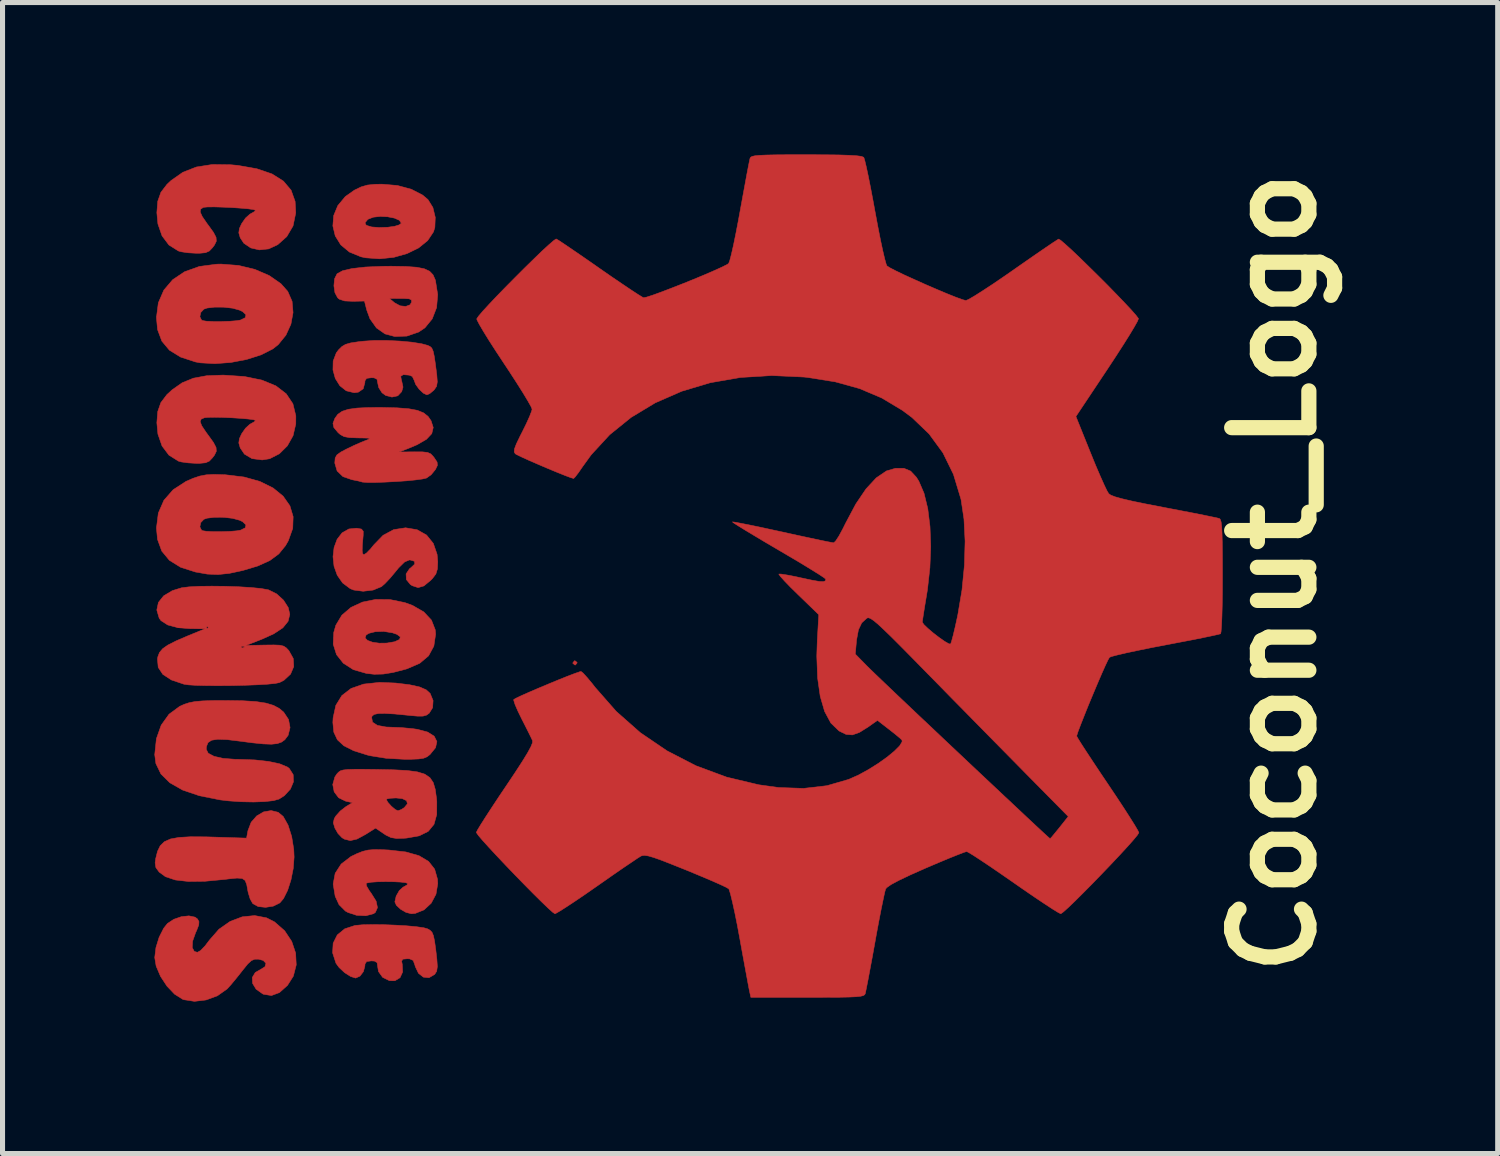
<source format=kicad_pcb>
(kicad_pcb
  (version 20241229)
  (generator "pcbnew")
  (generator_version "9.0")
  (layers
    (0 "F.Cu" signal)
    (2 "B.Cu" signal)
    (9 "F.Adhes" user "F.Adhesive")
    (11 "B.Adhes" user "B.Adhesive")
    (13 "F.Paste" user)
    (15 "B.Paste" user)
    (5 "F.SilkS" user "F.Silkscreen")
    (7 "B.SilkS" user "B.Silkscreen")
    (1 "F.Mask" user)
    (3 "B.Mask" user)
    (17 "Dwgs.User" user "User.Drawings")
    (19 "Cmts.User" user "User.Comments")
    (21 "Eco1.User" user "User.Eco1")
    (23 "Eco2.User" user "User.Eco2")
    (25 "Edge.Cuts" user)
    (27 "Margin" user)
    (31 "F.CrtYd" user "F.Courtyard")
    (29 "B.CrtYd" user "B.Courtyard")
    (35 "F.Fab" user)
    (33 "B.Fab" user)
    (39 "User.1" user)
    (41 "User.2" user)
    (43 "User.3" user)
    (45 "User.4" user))
  (footprint "Coconut_Logo"
    (layer "F.Cu")
    (at 12.959 8.26)
    (property "Reference" "Coconut_Logo" (at 9.144 0 90) (layer "F.SilkS") (effects (font (size 1.524 1.524) (thickness 0.3))))
    (attr through_hole)
    (fp_poly (pts (xy -4.616 1.768) (xy -4.614 1.778) (xy -4.647 1.819) (xy -4.657 1.82) (xy -4.698 1.788) (xy -4.699 1.778) (xy -4.667 1.737) (xy -4.657 1.736) (xy -4.616 1.768)) (stroke (width 0.01) (type solid)) (fill yes) (layer "F.Cu"))
    (fp_poly (pts (xy -8.308 0.528) (xy -8.015 0.588) (xy -7.863 0.644) (xy -7.641 0.772) (xy -7.49 0.934) (xy -7.416 1.123) (xy -7.408 1.211) (xy -7.443 1.447) (xy -7.547 1.639) (xy -7.723 1.787) (xy -7.973 1.895) (xy -8 1.903) (xy -8.246 1.967) (xy -8.444 1.999) (xy -8.621 2.003) (xy -8.774 1.986) (xy -9.032 1.912) (xy -9.23 1.785) (xy -9.365 1.615) (xy -9.43 1.409) (xy -9.424 1.286) (xy -8.8 1.286) (xy -8.753 1.334) (xy -8.654 1.37) (xy -8.521 1.389) (xy -8.371 1.387) (xy -8.22 1.361) (xy -8.216 1.36) (xy -8.12 1.316) (xy -8.105 1.265) (xy -8.171 1.215) (xy -8.261 1.184) (xy -8.431 1.157) (xy -8.597 1.162) (xy -8.729 1.195) (xy -8.781 1.229) (xy -8.8 1.286) (xy -9.424 1.286) (xy -9.419 1.176) (xy -9.378 1.034) (xy -9.259 0.836) (xy -9.08 0.683) (xy -8.853 0.578) (xy -8.591 0.525) (xy -8.308 0.528)) (stroke (width 0.01) (type solid)) (fill yes) (layer "F.Cu"))
    (fp_poly (pts (xy -8.002 -6.049) (xy -7.787 -6.034) (xy -7.633 -6.004) (xy -7.527 -5.955) (xy -7.459 -5.884) (xy -7.416 -5.787) (xy -7.411 -5.771) (xy -7.367 -5.493) (xy -7.389 -5.236) (xy -7.475 -5.014) (xy -7.619 -4.838) (xy -7.743 -4.754) (xy -7.976 -4.674) (xy -8.215 -4.666) (xy -8.407 -4.717) (xy -8.576 -4.835) (xy -8.705 -5.017) (xy -8.768 -5.188) (xy -8.813 -5.366) (xy -9.04 -5.361) (xy -9.203 -5.368) (xy -9.307 -5.402) (xy -9.325 -5.416) (xy -8.319 -5.416) (xy -8.216 -5.33) (xy -8.108 -5.272) (xy -7.998 -5.26) (xy -7.913 -5.292) (xy -7.882 -5.345) (xy -7.886 -5.388) (xy -7.93 -5.41) (xy -8.034 -5.417) (xy -8.093 -5.417) (xy -8.319 -5.416) (xy -9.325 -5.416) (xy -9.342 -5.43) (xy -9.396 -5.531) (xy -9.416 -5.668) (xy -9.403 -5.806) (xy -9.354 -5.904) (xy -9.354 -5.904) (xy -9.246 -5.964) (xy -9.058 -6.008) (xy -8.791 -6.038) (xy -8.449 -6.052) (xy -8.29 -6.054) (xy -8.002 -6.049)) (stroke (width 0.01) (type solid)) (fill yes) (layer "F.Cu"))
    (fp_poly (pts (xy -10.517 4.728) (xy -10.417 4.811) (xy -10.322 4.98) (xy -10.25 5.206) (xy -10.209 5.461) (xy -10.202 5.612) (xy -10.219 5.837) (xy -10.264 6.063) (xy -10.33 6.269) (xy -10.411 6.431) (xy -10.484 6.517) (xy -10.613 6.581) (xy -10.766 6.605) (xy -10.912 6.589) (xy -11.017 6.531) (xy -11.019 6.529) (xy -11.07 6.439) (xy -11.109 6.311) (xy -11.115 6.281) (xy -11.138 6.152) (xy -11.17 6.073) (xy -11.228 6.034) (xy -11.329 6.027) (xy -11.491 6.043) (xy -11.56 6.052) (xy -11.962 6.09) (xy -12.29 6.094) (xy -12.549 6.064) (xy -12.743 5.999) (xy -12.867 5.908) (xy -12.931 5.82) (xy -12.946 5.725) (xy -12.935 5.643) (xy -12.899 5.499) (xy -12.846 5.389) (xy -12.764 5.309) (xy -12.643 5.255) (xy -12.474 5.224) (xy -12.244 5.211) (xy -11.945 5.213) (xy -11.807 5.217) (xy -11.141 5.238) (xy -11.113 5.089) (xy -11.05 4.925) (xy -10.941 4.8) (xy -10.804 4.72) (xy -10.656 4.694) (xy -10.517 4.728)) (stroke (width 0.01) (type solid)) (fill yes) (layer "F.Cu"))
    (fp_poly (pts (xy -8.164 -7.648) (xy -7.889 -7.574) (xy -7.664 -7.458) (xy -7.559 -7.369) (xy -7.462 -7.213) (xy -7.415 -7.019) (xy -7.423 -6.821) (xy -7.45 -6.732) (xy -7.565 -6.56) (xy -7.744 -6.415) (xy -7.973 -6.303) (xy -8.234 -6.229) (xy -8.512 -6.2) (xy -8.789 -6.22) (xy -8.882 -6.24) (xy -9.111 -6.334) (xy -9.281 -6.476) (xy -9.39 -6.652) (xy -9.437 -6.849) (xy -9.432 -6.911) (xy -8.802 -6.911) (xy -8.785 -6.872) (xy -8.763 -6.857) (xy -8.67 -6.829) (xy -8.524 -6.818) (xy -8.355 -6.823) (xy -8.218 -6.842) (xy -8.127 -6.87) (xy -8.086 -6.902) (xy -8.086 -6.904) (xy -8.124 -6.961) (xy -8.222 -7.004) (xy -8.356 -7.03) (xy -8.502 -7.037) (xy -8.637 -7.022) (xy -8.737 -6.984) (xy -8.754 -6.97) (xy -8.802 -6.911) (xy -9.432 -6.911) (xy -9.421 -7.053) (xy -9.339 -7.251) (xy -9.191 -7.429) (xy -9.013 -7.555) (xy -8.879 -7.62) (xy -8.755 -7.656) (xy -8.606 -7.671) (xy -8.472 -7.674) (xy -8.164 -7.648)) (stroke (width 0.01) (type solid)) (fill yes) (layer "F.Cu"))
    (fp_poly (pts (xy -11.298 -6.069) (xy -10.976 -5.991) (xy -10.693 -5.869) (xy -10.463 -5.709) (xy -10.328 -5.557) (xy -10.242 -5.361) (xy -10.223 -5.138) (xy -10.265 -4.909) (xy -10.364 -4.692) (xy -10.515 -4.506) (xy -10.621 -4.422) (xy -10.853 -4.304) (xy -11.139 -4.213) (xy -11.453 -4.153) (xy -11.766 -4.13) (xy -12.052 -4.146) (xy -12.15 -4.164) (xy -12.443 -4.26) (xy -12.663 -4.395) (xy -12.813 -4.574) (xy -12.898 -4.801) (xy -12.92 -5.039) (xy -12.918 -5.056) (xy -12.063 -5.056) (xy -12.029 -4.99) (xy -12.012 -4.981) (xy -11.935 -4.968) (xy -11.8 -4.962) (xy -11.638 -4.962) (xy -11.473 -4.967) (xy -11.336 -4.978) (xy -11.264 -4.99) (xy -11.167 -5.037) (xy -11.153 -5.096) (xy -11.219 -5.158) (xy -11.277 -5.186) (xy -11.417 -5.225) (xy -11.593 -5.245) (xy -11.771 -5.246) (xy -11.92 -5.228) (xy -11.983 -5.206) (xy -12.046 -5.139) (xy -12.063 -5.056) (xy -12.918 -5.056) (xy -12.883 -5.33) (xy -12.774 -5.582) (xy -12.599 -5.788) (xy -12.364 -5.945) (xy -12.073 -6.049) (xy -11.732 -6.094) (xy -11.645 -6.096) (xy -11.298 -6.069)) (stroke (width 0.01) (type solid)) (fill yes) (layer "F.Cu"))
    (fp_poly (pts (xy -8.197 2.176) (xy -7.925 2.209) (xy -7.728 2.252) (xy -7.595 2.309) (xy -7.516 2.381) (xy -7.458 2.522) (xy -7.467 2.663) (xy -7.535 2.772) (xy -7.588 2.81) (xy -7.656 2.829) (xy -7.761 2.83) (xy -7.925 2.816) (xy -7.947 2.813) (xy -8.214 2.787) (xy -8.409 2.776) (xy -8.541 2.778) (xy -8.622 2.796) (xy -8.663 2.83) (xy -8.671 2.855) (xy -8.654 2.949) (xy -8.558 3.012) (xy -8.387 3.044) (xy -8.279 3.048) (xy -8.081 3.056) (xy -7.867 3.076) (xy -7.768 3.09) (xy -7.565 3.144) (xy -7.436 3.226) (xy -7.383 3.331) (xy -7.409 3.452) (xy -7.517 3.585) (xy -7.52 3.588) (xy -7.577 3.632) (xy -7.644 3.66) (xy -7.74 3.675) (xy -7.886 3.681) (xy -8.035 3.681) (xy -8.383 3.662) (xy -8.695 3.612) (xy -8.754 3.598) (xy -9.025 3.513) (xy -9.22 3.415) (xy -9.348 3.296) (xy -9.418 3.146) (xy -9.437 2.955) (xy -9.432 2.863) (xy -9.378 2.616) (xy -9.259 2.423) (xy -9.077 2.283) (xy -8.83 2.197) (xy -8.517 2.163) (xy -8.197 2.176)) (stroke (width 0.01) (type solid)) (fill yes) (layer "F.Cu"))
    (fp_poly (pts (xy -8.452 5.467) (xy -8.33 5.473) (xy -7.996 5.511) (xy -7.736 5.585) (xy -7.547 5.698) (xy -7.427 5.851) (xy -7.371 6.048) (xy -7.366 6.138) (xy -7.401 6.346) (xy -7.495 6.523) (xy -7.636 6.654) (xy -7.809 6.724) (xy -7.887 6.731) (xy -7.991 6.705) (xy -8.099 6.643) (xy -8.183 6.564) (xy -8.213 6.497) (xy -8.187 6.383) (xy -8.125 6.273) (xy -8.048 6.204) (xy -8.037 6.2) (xy -7.972 6.162) (xy -7.959 6.135) (xy -7.997 6.118) (xy -8.098 6.106) (xy -8.239 6.099) (xy -8.399 6.097) (xy -8.554 6.1) (xy -8.684 6.109) (xy -8.765 6.124) (xy -8.781 6.133) (xy -8.771 6.185) (xy -8.718 6.275) (xy -8.678 6.33) (xy -8.583 6.482) (xy -8.556 6.61) (xy -8.597 6.704) (xy -8.633 6.73) (xy -8.786 6.771) (xy -8.968 6.762) (xy -9.139 6.706) (xy -9.189 6.678) (xy -9.315 6.552) (xy -9.391 6.387) (xy -9.431 6.145) (xy -9.391 5.932) (xy -9.273 5.75) (xy -9.079 5.601) (xy -8.965 5.546) (xy -8.849 5.5) (xy -8.742 5.474) (xy -8.619 5.464) (xy -8.452 5.467)) (stroke (width 0.01) (type solid)) (fill yes) (layer "F.Cu"))
    (fp_poly (pts (xy -7.773 -0.851) (xy -7.587 -0.746) (xy -7.453 -0.58) (xy -7.379 -0.365) (xy -7.366 -0.218) (xy -7.373 -0.075) (xy -7.403 0.023) (xy -7.471 0.113) (xy -7.51 0.152) (xy -7.64 0.259) (xy -7.754 0.292) (xy -7.87 0.254) (xy -7.907 0.23) (xy -7.986 0.133) (xy -7.991 0.021) (xy -7.923 -0.081) (xy -7.894 -0.103) (xy -7.82 -0.173) (xy -7.826 -0.228) (xy -7.908 -0.253) (xy -7.929 -0.254) (xy -8.02 -0.215) (xy -8.138 -0.099) (xy -8.2 -0.023) (xy -8.307 0.105) (xy -8.409 0.213) (xy -8.478 0.273) (xy -8.644 0.341) (xy -8.839 0.364) (xy -9.024 0.34) (xy -9.093 0.313) (xy -9.245 0.199) (xy -9.351 0.046) (xy -9.414 -0.131) (xy -9.434 -0.318) (xy -9.413 -0.5) (xy -9.353 -0.662) (xy -9.255 -0.789) (xy -9.121 -0.866) (xy -8.967 -0.881) (xy -8.872 -0.864) (xy -8.837 -0.821) (xy -8.838 -0.741) (xy -8.854 -0.557) (xy -8.858 -0.443) (xy -8.851 -0.382) (xy -8.83 -0.361) (xy -8.821 -0.36) (xy -8.772 -0.391) (xy -8.693 -0.472) (xy -8.63 -0.55) (xy -8.445 -0.741) (xy -8.236 -0.853) (xy -8.001 -0.889) (xy -7.773 -0.851)) (stroke (width 0.01) (type solid)) (fill yes) (layer "F.Cu"))
    (fp_poly (pts (xy -11.587 -1.937) (xy -11.557 -1.936) (xy -11.191 -1.892) (xy -10.877 -1.804) (xy -10.618 -1.676) (xy -10.419 -1.514) (xy -10.285 -1.323) (xy -10.221 -1.109) (xy -10.229 -0.877) (xy -10.317 -0.632) (xy -10.372 -0.536) (xy -10.504 -0.374) (xy -10.681 -0.243) (xy -10.917 -0.136) (xy -11.216 -0.046) (xy -11.482 0.011) (xy -11.705 0.034) (xy -11.916 0.025) (xy -12.149 -0.016) (xy -12.15 -0.016) (xy -12.443 -0.11) (xy -12.664 -0.247) (xy -12.815 -0.429) (xy -12.899 -0.66) (xy -12.92 -0.885) (xy -12.917 -0.907) (xy -12.063 -0.907) (xy -12.029 -0.841) (xy -12.012 -0.832) (xy -11.935 -0.82) (xy -11.8 -0.813) (xy -11.638 -0.813) (xy -11.473 -0.818) (xy -11.336 -0.829) (xy -11.264 -0.841) (xy -11.167 -0.888) (xy -11.153 -0.947) (xy -11.219 -1.01) (xy -11.277 -1.038) (xy -11.417 -1.076) (xy -11.593 -1.096) (xy -11.771 -1.097) (xy -11.92 -1.079) (xy -11.983 -1.057) (xy -12.046 -0.991) (xy -12.063 -0.907) (xy -12.917 -0.907) (xy -12.883 -1.179) (xy -12.773 -1.432) (xy -12.59 -1.641) (xy -12.336 -1.806) (xy -12.195 -1.867) (xy -12.063 -1.911) (xy -11.937 -1.935) (xy -11.788 -1.943) (xy -11.587 -1.937)) (stroke (width 0.01) (type solid)) (fill yes) (layer "F.Cu"))
    (fp_poly (pts (xy -8.44 6.947) (xy -8.207 6.956) (xy -7.983 6.969) (xy -7.788 6.987) (xy -7.641 7.008) (xy -7.57 7.028) (xy -7.518 7.057) (xy -7.48 7.096) (xy -7.452 7.162) (xy -7.429 7.269) (xy -7.406 7.433) (xy -7.384 7.624) (xy -7.374 7.773) (xy -7.387 7.866) (xy -7.426 7.928) (xy -7.429 7.93) (xy -7.538 7.994) (xy -7.65 7.983) (xy -7.747 7.906) (xy -7.811 7.771) (xy -7.818 7.742) (xy -7.851 7.653) (xy -7.92 7.622) (xy -7.969 7.62) (xy -8.055 7.628) (xy -8.079 7.667) (xy -8.067 7.729) (xy -8.059 7.881) (xy -8.111 7.994) (xy -8.211 8.054) (xy -8.319 8.053) (xy -8.454 7.987) (xy -8.536 7.872) (xy -8.551 7.783) (xy -8.563 7.697) (xy -8.614 7.666) (xy -8.678 7.662) (xy -8.769 7.674) (xy -8.802 7.722) (xy -8.805 7.765) (xy -8.834 7.874) (xy -8.902 7.963) (xy -8.987 8.001) (xy -8.988 8.001) (xy -9.086 7.97) (xy -9.205 7.894) (xy -9.313 7.794) (xy -9.375 7.709) (xy -9.442 7.503) (xy -9.431 7.312) (xy -9.35 7.15) (xy -9.203 7.029) (xy -8.999 6.962) (xy -8.996 6.962) (xy -8.854 6.949) (xy -8.662 6.945) (xy -8.44 6.947)) (stroke (width 0.01) (type solid)) (fill yes) (layer "F.Cu"))
    (fp_poly (pts (xy -8.117 -4.576) (xy -7.878 -4.554) (xy -7.68 -4.522) (xy -7.566 -4.491) (xy -7.518 -4.469) (xy -7.483 -4.436) (xy -7.457 -4.376) (xy -7.435 -4.276) (xy -7.412 -4.121) (xy -7.385 -3.909) (xy -7.375 -3.77) (xy -7.389 -3.683) (xy -7.434 -3.616) (xy -7.447 -3.602) (xy -7.525 -3.538) (xy -7.58 -3.514) (xy -7.65 -3.547) (xy -7.733 -3.625) (xy -7.802 -3.721) (xy -7.832 -3.802) (xy -7.832 -3.803) (xy -7.869 -3.878) (xy -7.929 -3.903) (xy -8.047 -3.913) (xy -8.097 -3.88) (xy -8.082 -3.799) (xy -8.077 -3.786) (xy -8.052 -3.667) (xy -8.078 -3.577) (xy -8.155 -3.495) (xy -8.27 -3.47) (xy -8.394 -3.502) (xy -8.467 -3.556) (xy -8.531 -3.657) (xy -8.551 -3.747) (xy -8.565 -3.822) (xy -8.623 -3.85) (xy -8.678 -3.852) (xy -8.77 -3.84) (xy -8.803 -3.792) (xy -8.805 -3.755) (xy -8.838 -3.633) (xy -8.934 -3.567) (xy -9.016 -3.556) (xy -9.173 -3.594) (xy -9.299 -3.694) (xy -9.389 -3.838) (xy -9.435 -4.006) (xy -9.431 -4.181) (xy -9.369 -4.343) (xy -9.324 -4.403) (xy -9.258 -4.468) (xy -9.187 -4.51) (xy -9.087 -4.539) (xy -8.936 -4.562) (xy -8.841 -4.573) (xy -8.623 -4.588) (xy -8.373 -4.588) (xy -8.117 -4.576)) (stroke (width 0.01) (type solid)) (fill yes) (layer "F.Cu"))
    (fp_poly (pts (xy -11.536 2.521) (xy -11.21 2.526) (xy -10.955 2.542) (xy -10.759 2.572) (xy -10.609 2.617) (xy -10.492 2.68) (xy -10.407 2.752) (xy -10.312 2.896) (xy -10.282 3.056) (xy -10.32 3.208) (xy -10.385 3.295) (xy -10.45 3.342) (xy -10.534 3.372) (xy -10.649 3.384) (xy -10.81 3.378) (xy -11.028 3.356) (xy -11.272 3.324) (xy -11.526 3.293) (xy -11.709 3.286) (xy -11.831 3.305) (xy -11.902 3.352) (xy -11.933 3.43) (xy -11.937 3.484) (xy -11.898 3.562) (xy -11.783 3.623) (xy -11.602 3.664) (xy -11.363 3.682) (xy -11.294 3.683) (xy -10.977 3.694) (xy -10.705 3.724) (xy -10.487 3.771) (xy -10.337 3.833) (xy -10.298 3.862) (xy -10.22 3.985) (xy -10.215 4.126) (xy -10.275 4.27) (xy -10.395 4.4) (xy -10.5 4.467) (xy -10.61 4.498) (xy -10.784 4.517) (xy -11.002 4.525) (xy -11.245 4.52) (xy -11.492 4.503) (xy -11.663 4.483) (xy -12.07 4.402) (xy -12.401 4.29) (xy -12.655 4.146) (xy -12.832 3.971) (xy -12.931 3.766) (xy -12.954 3.59) (xy -12.921 3.275) (xy -12.826 3.007) (xy -12.672 2.792) (xy -12.462 2.637) (xy -12.371 2.596) (xy -12.273 2.564) (xy -12.159 2.542) (xy -12.013 2.529) (xy -11.818 2.522) (xy -11.556 2.521) (xy -11.536 2.521)) (stroke (width 0.01) (type solid)) (fill yes) (layer "F.Cu"))
    (fp_poly (pts (xy -11.599 -3.904) (xy -11.183 -3.876) (xy -10.837 -3.805) (xy -10.561 -3.691) (xy -10.358 -3.535) (xy -10.226 -3.338) (xy -10.168 -3.1) (xy -10.169 -2.939) (xy -10.223 -2.707) (xy -10.336 -2.506) (xy -10.494 -2.35) (xy -10.684 -2.253) (xy -10.832 -2.229) (xy -11.033 -2.255) (xy -11.183 -2.344) (xy -11.266 -2.467) (xy -11.294 -2.564) (xy -11.282 -2.65) (xy -11.237 -2.747) (xy -11.161 -2.856) (xy -11.076 -2.933) (xy -11.06 -2.942) (xy -10.987 -2.983) (xy -10.964 -3.009) (xy -11.003 -3.023) (xy -11.107 -3.037) (xy -11.256 -3.05) (xy -11.429 -3.061) (xy -11.607 -3.069) (xy -11.771 -3.072) (xy -11.899 -3.07) (xy -11.971 -3.063) (xy -12.038 -3.034) (xy -12.057 -2.986) (xy -12.027 -2.905) (xy -11.944 -2.78) (xy -11.896 -2.715) (xy -11.794 -2.573) (xy -11.743 -2.475) (xy -11.738 -2.399) (xy -11.775 -2.322) (xy -11.814 -2.271) (xy -11.876 -2.206) (xy -11.95 -2.173) (xy -12.064 -2.162) (xy -12.142 -2.162) (xy -12.296 -2.171) (xy -12.431 -2.19) (xy -12.487 -2.206) (xy -12.674 -2.324) (xy -12.81 -2.505) (xy -12.891 -2.739) (xy -12.912 -2.964) (xy -12.894 -3.186) (xy -12.833 -3.361) (xy -12.715 -3.517) (xy -12.61 -3.614) (xy -12.413 -3.752) (xy -12.191 -3.843) (xy -11.927 -3.892) (xy -11.603 -3.904) (xy -11.599 -3.904)) (stroke (width 0.01) (type solid)) (fill yes) (layer "F.Cu"))
    (fp_poly (pts (xy -11.452 -8.057) (xy -11.311 -8.044) (xy -10.937 -7.978) (xy -10.638 -7.876) (xy -10.413 -7.734) (xy -10.261 -7.554) (xy -10.182 -7.333) (xy -10.17 -7.105) (xy -10.223 -6.849) (xy -10.347 -6.638) (xy -10.527 -6.478) (xy -10.704 -6.396) (xy -10.888 -6.376) (xy -11.058 -6.415) (xy -11.195 -6.508) (xy -11.266 -6.616) (xy -11.294 -6.712) (xy -11.282 -6.799) (xy -11.237 -6.896) (xy -11.161 -7.005) (xy -11.076 -7.081) (xy -11.06 -7.09) (xy -10.987 -7.131) (xy -10.964 -7.158) (xy -11.003 -7.172) (xy -11.107 -7.187) (xy -11.256 -7.2) (xy -11.431 -7.212) (xy -11.611 -7.22) (xy -11.777 -7.225) (xy -11.909 -7.224) (xy -11.988 -7.217) (xy -11.995 -7.215) (xy -12.048 -7.18) (xy -12.056 -7.124) (xy -12.016 -7.035) (xy -11.923 -6.899) (xy -11.896 -6.863) (xy -11.794 -6.722) (xy -11.743 -6.624) (xy -11.738 -6.547) (xy -11.775 -6.471) (xy -11.814 -6.419) (xy -11.876 -6.354) (xy -11.95 -6.321) (xy -12.064 -6.31) (xy -12.142 -6.31) (xy -12.296 -6.319) (xy -12.431 -6.339) (xy -12.487 -6.355) (xy -12.674 -6.473) (xy -12.81 -6.654) (xy -12.891 -6.888) (xy -12.912 -7.112) (xy -12.894 -7.337) (xy -12.832 -7.513) (xy -12.713 -7.669) (xy -12.631 -7.746) (xy -12.398 -7.909) (xy -12.131 -8.013) (xy -11.818 -8.062) (xy -11.452 -8.057)) (stroke (width 0.01) (type solid)) (fill yes) (layer "F.Cu"))
    (fp_poly (pts (xy -8.82 3.879) (xy -8.578 3.882) (xy -8.237 3.889) (xy -7.97 3.903) (xy -7.768 3.93) (xy -7.622 3.975) (xy -7.521 4.044) (xy -7.455 4.141) (xy -7.416 4.272) (xy -7.392 4.442) (xy -7.385 4.516) (xy -7.386 4.772) (xy -7.44 4.966) (xy -7.554 5.105) (xy -7.732 5.193) (xy -7.981 5.237) (xy -8.022 5.24) (xy -8.179 5.245) (xy -8.289 5.227) (xy -8.389 5.179) (xy -8.435 5.148) (xy -8.594 5.04) (xy -8.793 5.166) (xy -8.961 5.257) (xy -9.093 5.287) (xy -9.207 5.259) (xy -9.256 5.23) (xy -9.336 5.146) (xy -9.397 5.04) (xy -9.428 4.936) (xy -9.409 4.852) (xy -9.38 4.803) (xy -9.292 4.704) (xy -9.18 4.617) (xy -9.18 4.617) (xy -9.051 4.538) (xy -9.182 4.509) (xy -9.255 4.474) (xy -8.382 4.474) (xy -8.352 4.53) (xy -8.284 4.606) (xy -8.207 4.672) (xy -8.152 4.698) (xy -8.085 4.673) (xy -8.027 4.636) (xy -7.965 4.561) (xy -7.981 4.499) (xy -8.066 4.458) (xy -8.19 4.445) (xy -8.304 4.451) (xy -8.373 4.465) (xy -8.382 4.474) (xy -9.255 4.474) (xy -9.323 4.441) (xy -9.411 4.324) (xy -9.439 4.18) (xy -9.398 4.032) (xy -9.359 3.973) (xy -9.326 3.937) (xy -9.289 3.91) (xy -9.233 3.893) (xy -9.145 3.883) (xy -9.011 3.879) (xy -8.82 3.879)) (stroke (width 0.01) (type solid)) (fill yes) (layer "F.Cu"))
    (fp_poly (pts (xy -10.746 6.812) (xy -10.589 6.892) (xy -10.389 7.067) (xy -10.249 7.278) (xy -10.172 7.507) (xy -10.16 7.741) (xy -10.217 7.963) (xy -10.333 8.146) (xy -10.492 8.288) (xy -10.649 8.346) (xy -10.805 8.321) (xy -10.821 8.314) (xy -10.953 8.22) (xy -11.022 8.106) (xy -11.028 7.99) (xy -10.969 7.891) (xy -10.872 7.836) (xy -10.777 7.777) (xy -10.758 7.71) (xy -10.812 7.653) (xy -10.907 7.628) (xy -10.981 7.629) (xy -11.045 7.656) (xy -11.117 7.722) (xy -11.215 7.843) (xy -11.239 7.874) (xy -11.349 8.012) (xy -11.451 8.135) (xy -11.525 8.216) (xy -11.53 8.22) (xy -11.716 8.351) (xy -11.938 8.433) (xy -12.169 8.461) (xy -12.381 8.428) (xy -12.404 8.419) (xy -12.562 8.319) (xy -12.713 8.16) (xy -12.84 7.967) (xy -12.926 7.765) (xy -12.954 7.596) (xy -12.93 7.399) (xy -12.867 7.195) (xy -12.777 7.017) (xy -12.703 6.924) (xy -12.578 6.841) (xy -12.428 6.789) (xy -12.279 6.773) (xy -12.158 6.798) (xy -12.11 6.834) (xy -12.081 6.886) (xy -12.085 6.953) (xy -12.126 7.06) (xy -12.148 7.108) (xy -12.206 7.272) (xy -12.214 7.399) (xy -12.173 7.475) (xy -12.112 7.493) (xy -12.05 7.459) (xy -11.962 7.368) (xy -11.872 7.25) (xy -11.686 7.037) (xy -11.466 6.883) (xy -11.226 6.792) (xy -10.981 6.767) (xy -10.746 6.812)) (stroke (width 0.01) (type solid)) (fill yes) (layer "F.Cu"))
    (fp_poly (pts (xy -8.171 -3.258) (xy -7.94 -3.24) (xy -7.768 -3.208) (xy -7.645 -3.158) (xy -7.556 -3.087) (xy -7.498 -3.003) (xy -7.455 -2.869) (xy -7.484 -2.748) (xy -7.589 -2.636) (xy -7.774 -2.529) (xy -7.947 -2.456) (xy -8.13 -2.386) (xy -7.828 -2.389) (xy -7.667 -2.388) (xy -7.567 -2.377) (xy -7.503 -2.348) (xy -7.452 -2.294) (xy -7.436 -2.273) (xy -7.379 -2.187) (xy -7.373 -2.121) (xy -7.411 -2.041) (xy -7.496 -1.937) (xy -7.589 -1.871) (xy -7.666 -1.853) (xy -7.806 -1.834) (xy -7.989 -1.816) (xy -8.195 -1.802) (xy -8.405 -1.791) (xy -8.597 -1.784) (xy -8.753 -1.784) (xy -8.851 -1.791) (xy -8.869 -1.796) (xy -8.936 -1.814) (xy -9.046 -1.836) (xy -9.062 -1.839) (xy -9.238 -1.9) (xy -9.353 -2.011) (xy -9.398 -2.164) (xy -9.398 -2.181) (xy -9.391 -2.267) (xy -9.357 -2.328) (xy -9.279 -2.385) (xy -9.177 -2.439) (xy -9.024 -2.513) (xy -8.876 -2.578) (xy -8.807 -2.606) (xy -8.731 -2.635) (xy -8.709 -2.652) (xy -8.749 -2.66) (xy -8.861 -2.663) (xy -8.945 -2.664) (xy -9.108 -2.67) (xy -9.214 -2.689) (xy -9.289 -2.729) (xy -9.336 -2.771) (xy -9.417 -2.868) (xy -9.435 -2.95) (xy -9.397 -3.05) (xy -9.339 -3.13) (xy -9.254 -3.189) (xy -9.132 -3.229) (xy -8.959 -3.253) (xy -8.724 -3.264) (xy -8.475 -3.265) (xy -8.171 -3.258)) (stroke (width 0.01) (type solid)) (fill yes) (layer "F.Cu"))
    (fp_poly (pts (xy -11.561 0.266) (xy -11.297 0.275) (xy -11.053 0.29) (xy -10.852 0.31) (xy -10.712 0.335) (xy -10.703 0.338) (xy -10.547 0.416) (xy -10.411 0.54) (xy -10.318 0.686) (xy -10.287 0.819) (xy -10.321 0.958) (xy -10.425 1.086) (xy -10.605 1.205) (xy -10.842 1.312) (xy -11.155 1.434) (xy -10.781 1.426) (xy -10.601 1.424) (xy -10.484 1.429) (xy -10.409 1.447) (xy -10.356 1.482) (xy -10.305 1.537) (xy -10.219 1.691) (xy -10.209 1.851) (xy -10.272 2) (xy -10.402 2.121) (xy -10.492 2.167) (xy -10.576 2.184) (xy -10.728 2.199) (xy -10.931 2.211) (xy -11.169 2.22) (xy -11.425 2.226) (xy -11.681 2.228) (xy -11.922 2.227) (xy -12.131 2.222) (xy -12.29 2.212) (xy -12.377 2.199) (xy -12.625 2.115) (xy -12.794 2.005) (xy -12.885 1.867) (xy -12.9 1.701) (xy -12.892 1.657) (xy -12.86 1.573) (xy -12.798 1.499) (xy -12.733 1.453) (xy -11.247 1.453) (xy -11.241 1.479) (xy -11.218 1.482) (xy -11.183 1.466) (xy -11.19 1.453) (xy -11.24 1.448) (xy -11.247 1.453) (xy -12.733 1.453) (xy -12.692 1.425) (xy -12.53 1.343) (xy -12.3 1.244) (xy -12.299 1.244) (xy -11.959 1.104) (xy -12.246 1.103) (xy -12.5 1.083) (xy -12.511 1.079) (xy -11.938 1.079) (xy -11.917 1.101) (xy -11.896 1.079) (xy -11.917 1.058) (xy -11.938 1.079) (xy -12.511 1.079) (xy -12.698 1.029) (xy -12.83 0.944) (xy -12.866 0.895) (xy -12.913 0.734) (xy -12.881 0.584) (xy -12.777 0.454) (xy -12.607 0.352) (xy -12.422 0.295) (xy -12.278 0.277) (xy -12.072 0.266) (xy -11.827 0.263) (xy -11.561 0.266)) (stroke (width 0.01) (type solid)) (fill yes) (layer "F.Cu"))
    (fp_poly (pts (xy 0.269 -8.254) (xy 0.548 -8.251) (xy 0.758 -8.244) (xy 0.905 -8.235) (xy 0.997 -8.223) (xy 1.041 -8.206) (xy 1.046 -8.202) (xy 1.064 -8.147) (xy 1.094 -8.021) (xy 1.134 -7.835) (xy 1.18 -7.603) (xy 1.231 -7.335) (xy 1.268 -7.133) (xy 1.321 -6.848) (xy 1.372 -6.589) (xy 1.419 -6.368) (xy 1.459 -6.198) (xy 1.489 -6.091) (xy 1.503 -6.06) (xy 1.561 -6.023) (xy 1.681 -5.961) (xy 1.849 -5.88) (xy 2.05 -5.789) (xy 2.266 -5.692) (xy 2.484 -5.598) (xy 2.688 -5.512) (xy 2.863 -5.442) (xy 2.992 -5.395) (xy 3.061 -5.376) (xy 3.062 -5.376) (xy 3.117 -5.4) (xy 3.231 -5.466) (xy 3.392 -5.568) (xy 3.592 -5.699) (xy 3.818 -5.853) (xy 3.992 -5.974) (xy 4.23 -6.14) (xy 4.446 -6.29) (xy 4.631 -6.417) (xy 4.774 -6.514) (xy 4.865 -6.573) (xy 4.892 -6.59) (xy 4.933 -6.566) (xy 5.022 -6.49) (xy 5.151 -6.373) (xy 5.309 -6.223) (xy 5.486 -6.05) (xy 5.674 -5.865) (xy 5.862 -5.677) (xy 6.04 -5.494) (xy 6.199 -5.328) (xy 6.33 -5.188) (xy 6.422 -5.083) (xy 6.467 -5.023) (xy 6.469 -5.018) (xy 6.45 -4.968) (xy 6.389 -4.859) (xy 6.293 -4.699) (xy 6.167 -4.498) (xy 6.018 -4.267) (xy 5.858 -4.024) (xy 5.234 -3.087) (xy 5.525 -2.364) (xy 5.621 -2.128) (xy 5.712 -1.916) (xy 5.79 -1.741) (xy 5.849 -1.618) (xy 5.882 -1.563) (xy 5.925 -1.533) (xy 6.011 -1.5) (xy 6.148 -1.462) (xy 6.344 -1.416) (xy 6.606 -1.362) (xy 6.943 -1.297) (xy 6.978 -1.29) (xy 7.265 -1.235) (xy 7.526 -1.185) (xy 7.749 -1.141) (xy 7.922 -1.105) (xy 8.033 -1.081) (xy 8.068 -1.072) (xy 8.086 -1.053) (xy 8.101 -1.004) (xy 8.112 -0.916) (xy 8.119 -0.782) (xy 8.124 -0.591) (xy 8.127 -0.335) (xy 8.128 -0.005) (xy 8.128 0.066) (xy 8.127 0.364) (xy 8.123 0.635) (xy 8.117 0.865) (xy 8.109 1.044) (xy 8.1 1.161) (xy 8.091 1.203) (xy 8.04 1.217) (xy 7.918 1.244) (xy 7.736 1.282) (xy 7.506 1.328) (xy 7.239 1.379) (xy 7 1.425) (xy 6.711 1.48) (xy 6.448 1.534) (xy 6.223 1.582) (xy 6.048 1.623) (xy 5.935 1.653) (xy 5.897 1.669) (xy 5.869 1.718) (xy 5.815 1.831) (xy 5.743 1.993) (xy 5.659 2.188) (xy 5.569 2.402) (xy 5.479 2.618) (xy 5.397 2.823) (xy 5.327 3) (xy 5.276 3.135) (xy 5.251 3.213) (xy 5.249 3.223) (xy 5.272 3.266) (xy 5.336 3.37) (xy 5.436 3.524) (xy 5.564 3.719) (xy 5.714 3.945) (xy 5.863 4.166) (xy 6.029 4.414) (xy 6.178 4.64) (xy 6.303 4.835) (xy 6.399 4.988) (xy 6.459 5.091) (xy 6.477 5.131) (xy 6.449 5.177) (xy 6.37 5.273) (xy 6.25 5.408) (xy 6.099 5.572) (xy 5.927 5.755) (xy 5.743 5.947) (xy 5.557 6.139) (xy 5.379 6.319) (xy 5.218 6.479) (xy 5.085 6.607) (xy 4.988 6.694) (xy 4.937 6.731) (xy 4.935 6.731) (xy 4.887 6.708) (xy 4.779 6.642) (xy 4.623 6.54) (xy 4.427 6.409) (xy 4.202 6.255) (xy 4.004 6.117) (xy 3.763 5.95) (xy 3.543 5.799) (xy 3.354 5.673) (xy 3.207 5.577) (xy 3.111 5.519) (xy 3.077 5.503) (xy 3.024 5.519) (xy 2.907 5.564) (xy 2.737 5.632) (xy 2.528 5.719) (xy 2.294 5.819) (xy 2.27 5.829) (xy 1.968 5.963) (xy 1.741 6.071) (xy 1.586 6.154) (xy 1.499 6.215) (xy 1.477 6.243) (xy 1.459 6.308) (xy 1.43 6.444) (xy 1.39 6.636) (xy 1.344 6.873) (xy 1.294 7.141) (xy 1.269 7.281) (xy 1.219 7.558) (xy 1.172 7.81) (xy 1.132 8.024) (xy 1.1 8.187) (xy 1.08 8.286) (xy 1.075 8.308) (xy 1.063 8.33) (xy 1.034 8.348) (xy 0.98 8.361) (xy 0.891 8.37) (xy 0.757 8.376) (xy 0.568 8.38) (xy 0.315 8.381) (xy -0.011 8.382) (xy -0.066 8.382) (xy -1.184 8.382) (xy -1.205 8.287) (xy -1.219 8.219) (xy -1.245 8.081) (xy -1.281 7.886) (xy -1.325 7.647) (xy -1.374 7.379) (xy -1.399 7.239) (xy -1.45 6.964) (xy -1.5 6.715) (xy -1.546 6.506) (xy -1.584 6.349) (xy -1.612 6.256) (xy -1.622 6.238) (xy -1.675 6.207) (xy -1.794 6.151) (xy -1.967 6.075) (xy -2.18 5.985) (xy -2.42 5.885) (xy -2.467 5.866) (xy -2.742 5.756) (xy -2.949 5.675) (xy -3.101 5.621) (xy -3.208 5.59) (xy -3.281 5.579) (xy -3.331 5.584) (xy -3.356 5.594) (xy -3.417 5.632) (xy -3.536 5.712) (xy -3.702 5.824) (xy -3.902 5.962) (xy -4.125 6.118) (xy -4.225 6.188) (xy -4.451 6.345) (xy -4.657 6.485) (xy -4.83 6.599) (xy -4.961 6.682) (xy -5.038 6.726) (xy -5.053 6.731) (xy -5.096 6.702) (xy -5.187 6.62) (xy -5.316 6.496) (xy -5.474 6.34) (xy -5.65 6.162) (xy -5.836 5.971) (xy -6.021 5.778) (xy -6.196 5.593) (xy -6.352 5.425) (xy -6.478 5.286) (xy -6.565 5.184) (xy -6.603 5.129) (xy -6.604 5.125) (xy -6.581 5.078) (xy -6.517 4.972) (xy -6.418 4.816) (xy -6.291 4.621) (xy -6.143 4.397) (xy -6.033 4.234) (xy -5.841 3.947) (xy -5.695 3.722) (xy -5.591 3.552) (xy -5.526 3.432) (xy -5.495 3.354) (xy -5.494 3.314) (xy -5.527 3.244) (xy -5.588 3.121) (xy -5.667 2.965) (xy -5.707 2.887) (xy -5.783 2.731) (xy -5.839 2.602) (xy -5.865 2.52) (xy -5.866 2.502) (xy -5.822 2.476) (xy -5.715 2.425) (xy -5.562 2.357) (xy -5.378 2.278) (xy -5.18 2.195) (xy -4.984 2.114) (xy -4.805 2.042) (xy -4.66 1.987) (xy -4.565 1.954) (xy -4.538 1.947) (xy -4.497 1.979) (xy -4.419 2.064) (xy -4.317 2.186) (xy -4.258 2.262) (xy -3.841 2.737) (xy -3.365 3.157) (xy -2.838 3.515) (xy -2.268 3.809) (xy -1.661 4.034) (xy -1.026 4.185) (xy -0.638 4.239) (xy -0.142 4.256) (xy 0.317 4.203) (xy 0.749 4.078) (xy 0.762 4.072) (xy 0.946 3.99) (xy 1.14 3.883) (xy 1.33 3.764) (xy 1.504 3.64) (xy 1.649 3.521) (xy 1.753 3.417) (xy 1.802 3.337) (xy 1.8 3.303) (xy 1.759 3.263) (xy 1.669 3.188) (xy 1.551 3.095) (xy 1.548 3.093) (xy 1.316 2.913) (xy 1.134 3.042) (xy 0.96 3.151) (xy 0.821 3.2) (xy 0.696 3.19) (xy 0.563 3.125) (xy 0.552 3.117) (xy 0.395 2.965) (xy 0.273 2.738) (xy 0.186 2.44) (xy 0.134 2.076) (xy 0.118 1.649) (xy 0.119 1.604) (xy 0.878 1.604) (xy 1.106 1.837) (xy 1.17 1.9) (xy 1.286 2.012) (xy 1.446 2.165) (xy 1.644 2.354) (xy 1.874 2.572) (xy 2.128 2.813) (xy 2.401 3.07) (xy 2.685 3.339) (xy 2.975 3.612) (xy 3.263 3.884) (xy 3.543 4.147) (xy 3.808 4.396) (xy 4.052 4.625) (xy 4.268 4.828) (xy 4.45 4.998) (xy 4.591 5.129) (xy 4.685 5.215) (xy 4.724 5.249) (xy 4.725 5.249) (xy 4.754 5.219) (xy 4.82 5.139) (xy 4.909 5.03) (xy 5.083 4.811) (xy 4.244 3.961) (xy 4.004 3.717) (xy 3.719 3.428) (xy 3.405 3.109) (xy 3.077 2.775) (xy 2.749 2.442) (xy 2.438 2.124) (xy 2.295 1.979) (xy 2.007 1.685) (xy 1.771 1.446) (xy 1.583 1.258) (xy 1.436 1.116) (xy 1.324 1.012) (xy 1.242 0.944) (xy 1.183 0.904) (xy 1.143 0.888) (xy 1.115 0.891) (xy 1.107 0.895) (xy 1.005 0.988) (xy 0.94 1.126) (xy 0.903 1.326) (xy 0.9 1.359) (xy 0.878 1.604) (xy 0.119 1.604) (xy 0.128 1.333) (xy 0.157 0.826) (xy -0.247 0.435) (xy -0.395 0.29) (xy -0.515 0.166) (xy -0.597 0.075) (xy -0.631 0.028) (xy -0.631 0.024) (xy -0.584 0.025) (xy -0.473 0.042) (xy -0.315 0.072) (xy -0.179 0.102) (xy 0.027 0.146) (xy 0.165 0.17) (xy 0.247 0.174) (xy 0.286 0.159) (xy 0.296 0.125) (xy 0.261 0.096) (xy 0.163 0.031) (xy 0.01 -0.064) (xy -0.186 -0.184) (xy -0.417 -0.321) (xy -0.633 -0.448) (xy -0.885 -0.596) (xy -1.109 -0.73) (xy -1.297 -0.843) (xy -1.439 -0.931) (xy -1.526 -0.987) (xy -1.548 -1.006) (xy -1.505 -1.001) (xy -1.39 -0.98) (xy -1.216 -0.946) (xy -0.994 -0.9) (xy -0.737 -0.844) (xy -0.565 -0.807) (xy -0.288 -0.746) (xy -0.038 -0.692) (xy 0.173 -0.647) (xy 0.333 -0.614) (xy 0.431 -0.596) (xy 0.453 -0.593) (xy 0.491 -0.629) (xy 0.554 -0.725) (xy 0.631 -0.867) (xy 0.689 -0.984) (xy 0.889 -1.36) (xy 1.09 -1.657) (xy 1.292 -1.875) (xy 1.494 -2.012) (xy 1.668 -2.063) (xy 1.84 -2.063) (xy 1.971 -2.009) (xy 2.082 -1.89) (xy 2.133 -1.809) (xy 2.235 -1.572) (xy 2.309 -1.269) (xy 2.353 -0.914) (xy 2.368 -0.519) (xy 2.351 -0.1) (xy 2.303 0.331) (xy 2.286 0.437) (xy 2.253 0.634) (xy 2.226 0.802) (xy 2.208 0.921) (xy 2.201 0.975) (xy 2.232 1.021) (xy 2.311 1.097) (xy 2.418 1.188) (xy 2.536 1.279) (xy 2.645 1.355) (xy 2.726 1.401) (xy 2.759 1.407) (xy 2.778 1.356) (xy 2.81 1.238) (xy 2.85 1.07) (xy 2.894 0.869) (xy 2.903 0.826) (xy 2.985 0.338) (xy 3.033 -0.152) (xy 3.046 -0.625) (xy 3.024 -1.061) (xy 2.967 -1.442) (xy 2.962 -1.463) (xy 2.816 -1.945) (xy 2.608 -2.37) (xy 2.336 -2.742) (xy 1.997 -3.067) (xy 1.808 -3.208) (xy 1.403 -3.451) (xy 0.965 -3.637) (xy 0.482 -3.771) (xy -0.059 -3.857) (xy -0.127 -3.865) (xy -0.77 -3.895) (xy -1.392 -3.857) (xy -1.987 -3.753) (xy -2.549 -3.585) (xy -3.072 -3.356) (xy -3.548 -3.069) (xy -3.972 -2.726) (xy -4.337 -2.33) (xy -4.504 -2.099) (xy -4.586 -1.98) (xy -4.651 -1.895) (xy -4.683 -1.863) (xy -4.739 -1.879) (xy -4.854 -1.922) (xy -5.011 -1.985) (xy -5.192 -2.06) (xy -5.379 -2.14) (xy -5.555 -2.216) (xy -5.702 -2.283) (xy -5.802 -2.331) (xy -5.836 -2.351) (xy -5.856 -2.387) (xy -5.851 -2.447) (xy -5.814 -2.545) (xy -5.742 -2.695) (xy -5.698 -2.781) (xy -5.615 -2.949) (xy -5.55 -3.094) (xy -5.511 -3.197) (xy -5.503 -3.231) (xy -5.526 -3.286) (xy -5.59 -3.399) (xy -5.688 -3.562) (xy -5.814 -3.761) (xy -5.961 -3.988) (xy -6.056 -4.131) (xy -6.212 -4.368) (xy -6.35 -4.582) (xy -6.463 -4.765) (xy -6.545 -4.905) (xy -6.59 -4.992) (xy -6.596 -5.015) (xy -6.562 -5.066) (xy -6.479 -5.164) (xy -6.355 -5.299) (xy -6.201 -5.462) (xy -6.026 -5.642) (xy -5.839 -5.831) (xy -5.652 -6.018) (xy -5.472 -6.194) (xy -5.311 -6.35) (xy -5.176 -6.474) (xy -5.079 -6.558) (xy -5.029 -6.592) (xy -5.026 -6.592) (xy -4.977 -6.563) (xy -4.87 -6.492) (xy -4.715 -6.387) (xy -4.522 -6.255) (xy -4.301 -6.102) (xy -4.17 -6.01) (xy -3.938 -5.849) (xy -3.726 -5.705) (xy -3.546 -5.584) (xy -3.408 -5.494) (xy -3.323 -5.442) (xy -3.302 -5.432) (xy -3.245 -5.443) (xy -3.126 -5.481) (xy -2.958 -5.542) (xy -2.756 -5.619) (xy -2.534 -5.706) (xy -2.308 -5.797) (xy -2.092 -5.887) (xy -1.901 -5.97) (xy -1.749 -6.039) (xy -1.65 -6.089) (xy -1.622 -6.109) (xy -1.601 -6.163) (xy -1.568 -6.289) (xy -1.526 -6.474) (xy -1.479 -6.704) (xy -1.428 -6.969) (xy -1.398 -7.133) (xy -1.347 -7.413) (xy -1.3 -7.668) (xy -1.26 -7.886) (xy -1.228 -8.052) (xy -1.207 -8.155) (xy -1.201 -8.181) (xy -1.189 -8.204) (xy -1.161 -8.221) (xy -1.106 -8.234) (xy -1.016 -8.243) (xy -0.88 -8.249) (xy -0.69 -8.253) (xy -0.434 -8.255) (xy -0.105 -8.255) (xy -0.087 -8.255) (xy 0.269 -8.254)) (stroke (width 0.01) (type solid)) (fill yes) (layer "F.Cu")))
  (gr_rect
    (start -3 -3)
    (end 26.521 19.726)
    (stroke (width 0.1) (type default))
    (fill no)
    (layer "Edge.Cuts")))
</source>
